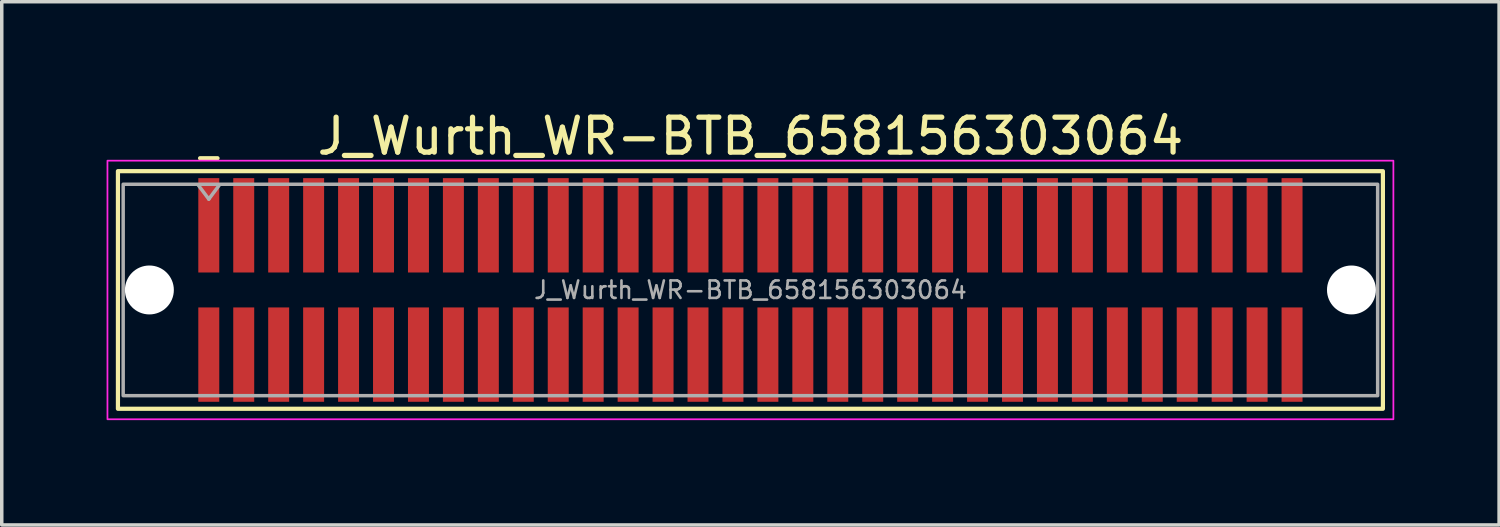
<source format=kicad_pcb>
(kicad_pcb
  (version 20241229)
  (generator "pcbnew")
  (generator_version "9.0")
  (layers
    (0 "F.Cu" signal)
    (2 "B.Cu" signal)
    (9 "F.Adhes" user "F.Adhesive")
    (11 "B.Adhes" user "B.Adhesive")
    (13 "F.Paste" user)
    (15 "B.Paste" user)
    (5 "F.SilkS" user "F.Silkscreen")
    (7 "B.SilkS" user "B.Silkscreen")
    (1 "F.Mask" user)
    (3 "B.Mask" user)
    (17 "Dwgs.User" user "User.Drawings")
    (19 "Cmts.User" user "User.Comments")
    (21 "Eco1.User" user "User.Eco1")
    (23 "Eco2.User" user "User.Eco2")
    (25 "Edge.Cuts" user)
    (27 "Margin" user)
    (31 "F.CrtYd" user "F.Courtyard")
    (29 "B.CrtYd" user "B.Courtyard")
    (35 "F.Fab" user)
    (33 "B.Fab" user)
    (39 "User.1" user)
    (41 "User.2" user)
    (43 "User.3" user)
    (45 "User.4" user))
  (footprint "J_Wurth_WR-BTB_658156303064"
    (layer "F.Cu")
    (at 18.425 5.248)
    (property "Reference" "J_Wurth_WR-BTB_658156303064" (at 0 -4.4 0) (layer "F.SilkS") (effects (font (size 1 1) (thickness 0.15))))
    (attr through_hole)
    (fp_line (start -15.25 -3.77) (end -15.75 -3.77) (stroke (width 0.12) (type solid)) (layer "F.SilkS"))
    (fp_rect (start -18.1 -3.4) (end 18.1 3.4) (stroke (width 0.12) (type solid)) (fill no) (layer "F.SilkS"))
    (fp_rect (start -18.4 -3.7) (end 18.4 3.7) (stroke (width 0.05) (type solid)) (fill no) (layer "F.CrtYd"))
    (fp_line (start -15.8 -3) (end -15.5 -2.6) (stroke (width 0.1) (type default)) (layer "F.Fab"))
    (fp_line (start -15.2 -3) (end -15.5 -2.6) (stroke (width 0.1) (type default)) (layer "F.Fab"))
    (fp_rect (start -17.95 -3.025) (end 17.95 3.025) (stroke (width 0.1) (type solid)) (fill no) (layer "F.Fab"))
    (fp_text user "${REFERENCE}" (at 0 0 0) (unlocked yes) (layer "F.Fab") (effects (font (size 0.5 0.5) (thickness 0.075))))
    (pad "" np_thru_hole circle (at -17.2 0 180) (size 1.4 1.4) (drill 1.4) (layers "*.Cu" "*.Mask"))
    (pad "" np_thru_hole circle (at 17.2 0 180) (size 1.4 1.4) (drill 1.4) (layers "*.Cu" "*.Mask"))
    (pad "1" smd rect (at -15.5 -1.85 180) (size 0.6 2.7) (layers "F.Cu" "F.Mask" "F.Paste"))
    (pad "2" smd rect (at -15.5 1.85 180) (size 0.6 2.7) (layers "F.Cu" "F.Mask" "F.Paste"))
    (pad "3" smd rect (at -14.5 -1.85 180) (size 0.6 2.7) (layers "F.Cu" "F.Mask" "F.Paste"))
    (pad "4" smd rect (at -14.5 1.85 180) (size 0.6 2.7) (layers "F.Cu" "F.Mask" "F.Paste"))
    (pad "5" smd rect (at -13.5 -1.85 180) (size 0.6 2.7) (layers "F.Cu" "F.Mask" "F.Paste"))
    (pad "6" smd rect (at -13.5 1.85 180) (size 0.6 2.7) (layers "F.Cu" "F.Mask" "F.Paste"))
    (pad "7" smd rect (at -12.5 -1.85 180) (size 0.6 2.7) (layers "F.Cu" "F.Mask" "F.Paste"))
    (pad "8" smd rect (at -12.5 1.85 180) (size 0.6 2.7) (layers "F.Cu" "F.Mask" "F.Paste"))
    (pad "9" smd rect (at -11.5 -1.85 180) (size 0.6 2.7) (layers "F.Cu" "F.Mask" "F.Paste"))
    (pad "10" smd rect (at -11.5 1.85 180) (size 0.6 2.7) (layers "F.Cu" "F.Mask" "F.Paste"))
    (pad "11" smd rect (at -10.5 -1.85 180) (size 0.6 2.7) (layers "F.Cu" "F.Mask" "F.Paste"))
    (pad "12" smd rect (at -10.5 1.85 180) (size 0.6 2.7) (layers "F.Cu" "F.Mask" "F.Paste"))
    (pad "13" smd rect (at -9.5 -1.85 180) (size 0.6 2.7) (layers "F.Cu" "F.Mask" "F.Paste"))
    (pad "14" smd rect (at -9.5 1.85 180) (size 0.6 2.7) (layers "F.Cu" "F.Mask" "F.Paste"))
    (pad "15" smd rect (at -8.5 -1.85 180) (size 0.6 2.7) (layers "F.Cu" "F.Mask" "F.Paste"))
    (pad "16" smd rect (at -8.5 1.85 180) (size 0.6 2.7) (layers "F.Cu" "F.Mask" "F.Paste"))
    (pad "17" smd rect (at -7.5 -1.85 180) (size 0.6 2.7) (layers "F.Cu" "F.Mask" "F.Paste"))
    (pad "18" smd rect (at -7.5 1.85 180) (size 0.6 2.7) (layers "F.Cu" "F.Mask" "F.Paste"))
    (pad "19" smd rect (at -6.5 -1.85 180) (size 0.6 2.7) (layers "F.Cu" "F.Mask" "F.Paste"))
    (pad "20" smd rect (at -6.5 1.85 180) (size 0.6 2.7) (layers "F.Cu" "F.Mask" "F.Paste"))
    (pad "21" smd rect (at -5.5 -1.85 180) (size 0.6 2.7) (layers "F.Cu" "F.Mask" "F.Paste"))
    (pad "22" smd rect (at -5.5 1.85 180) (size 0.6 2.7) (layers "F.Cu" "F.Mask" "F.Paste"))
    (pad "23" smd rect (at -4.5 -1.85 180) (size 0.6 2.7) (layers "F.Cu" "F.Mask" "F.Paste"))
    (pad "24" smd rect (at -4.5 1.85 180) (size 0.6 2.7) (layers "F.Cu" "F.Mask" "F.Paste"))
    (pad "25" smd rect (at -3.5 -1.85 180) (size 0.6 2.7) (layers "F.Cu" "F.Mask" "F.Paste"))
    (pad "26" smd rect (at -3.5 1.85 180) (size 0.6 2.7) (layers "F.Cu" "F.Mask" "F.Paste"))
    (pad "27" smd rect (at -2.5 -1.85 180) (size 0.6 2.7) (layers "F.Cu" "F.Mask" "F.Paste"))
    (pad "28" smd rect (at -2.5 1.85 180) (size 0.6 2.7) (layers "F.Cu" "F.Mask" "F.Paste"))
    (pad "29" smd rect (at -1.5 -1.85 180) (size 0.6 2.7) (layers "F.Cu" "F.Mask" "F.Paste"))
    (pad "30" smd rect (at -1.5 1.85 180) (size 0.6 2.7) (layers "F.Cu" "F.Mask" "F.Paste"))
    (pad "31" smd rect (at -0.5 -1.85 180) (size 0.6 2.7) (layers "F.Cu" "F.Mask" "F.Paste"))
    (pad "32" smd rect (at -0.5 1.85 180) (size 0.6 2.7) (layers "F.Cu" "F.Mask" "F.Paste"))
    (pad "33" smd rect (at 0.5 -1.85 180) (size 0.6 2.7) (layers "F.Cu" "F.Mask" "F.Paste"))
    (pad "34" smd rect (at 0.5 1.85 180) (size 0.6 2.7) (layers "F.Cu" "F.Mask" "F.Paste"))
    (pad "35" smd rect (at 1.5 -1.85 180) (size 0.6 2.7) (layers "F.Cu" "F.Mask" "F.Paste"))
    (pad "36" smd rect (at 1.5 1.85 180) (size 0.6 2.7) (layers "F.Cu" "F.Mask" "F.Paste"))
    (pad "37" smd rect (at 2.5 -1.85 180) (size 0.6 2.7) (layers "F.Cu" "F.Mask" "F.Paste"))
    (pad "38" smd rect (at 2.5 1.85 180) (size 0.6 2.7) (layers "F.Cu" "F.Mask" "F.Paste"))
    (pad "39" smd rect (at 3.5 -1.85 180) (size 0.6 2.7) (layers "F.Cu" "F.Mask" "F.Paste"))
    (pad "40" smd rect (at 3.5 1.85 180) (size 0.6 2.7) (layers "F.Cu" "F.Mask" "F.Paste"))
    (pad "41" smd rect (at 4.5 -1.85 180) (size 0.6 2.7) (layers "F.Cu" "F.Mask" "F.Paste"))
    (pad "42" smd rect (at 4.5 1.85 180) (size 0.6 2.7) (layers "F.Cu" "F.Mask" "F.Paste"))
    (pad "43" smd rect (at 5.5 -1.85 180) (size 0.6 2.7) (layers "F.Cu" "F.Mask" "F.Paste"))
    (pad "44" smd rect (at 5.5 1.85 180) (size 0.6 2.7) (layers "F.Cu" "F.Mask" "F.Paste"))
    (pad "45" smd rect (at 6.5 -1.85 180) (size 0.6 2.7) (layers "F.Cu" "F.Mask" "F.Paste"))
    (pad "46" smd rect (at 6.5 1.85 180) (size 0.6 2.7) (layers "F.Cu" "F.Mask" "F.Paste"))
    (pad "47" smd rect (at 7.5 -1.85 180) (size 0.6 2.7) (layers "F.Cu" "F.Mask" "F.Paste"))
    (pad "48" smd rect (at 7.5 1.85 180) (size 0.6 2.7) (layers "F.Cu" "F.Mask" "F.Paste"))
    (pad "49" smd rect (at 8.5 -1.85 180) (size 0.6 2.7) (layers "F.Cu" "F.Mask" "F.Paste"))
    (pad "50" smd rect (at 8.5 1.85 180) (size 0.6 2.7) (layers "F.Cu" "F.Mask" "F.Paste"))
    (pad "51" smd rect (at 9.5 -1.85 180) (size 0.6 2.7) (layers "F.Cu" "F.Mask" "F.Paste"))
    (pad "52" smd rect (at 9.5 1.85 180) (size 0.6 2.7) (layers "F.Cu" "F.Mask" "F.Paste"))
    (pad "53" smd rect (at 10.5 -1.85 180) (size 0.6 2.7) (layers "F.Cu" "F.Mask" "F.Paste"))
    (pad "54" smd rect (at 10.5 1.85 180) (size 0.6 2.7) (layers "F.Cu" "F.Mask" "F.Paste"))
    (pad "55" smd rect (at 11.5 -1.85 180) (size 0.6 2.7) (layers "F.Cu" "F.Mask" "F.Paste"))
    (pad "56" smd rect (at 11.5 1.85 180) (size 0.6 2.7) (layers "F.Cu" "F.Mask" "F.Paste"))
    (pad "57" smd rect (at 12.5 -1.85 180) (size 0.6 2.7) (layers "F.Cu" "F.Mask" "F.Paste"))
    (pad "58" smd rect (at 12.5 1.85 180) (size 0.6 2.7) (layers "F.Cu" "F.Mask" "F.Paste"))
    (pad "59" smd rect (at 13.5 -1.85 180) (size 0.6 2.7) (layers "F.Cu" "F.Mask" "F.Paste"))
    (pad "60" smd rect (at 13.5 1.85 180) (size 0.6 2.7) (layers "F.Cu" "F.Mask" "F.Paste"))
    (pad "61" smd rect (at 14.5 -1.85 180) (size 0.6 2.7) (layers "F.Cu" "F.Mask" "F.Paste"))
    (pad "62" smd rect (at 14.5 1.85 180) (size 0.6 2.7) (layers "F.Cu" "F.Mask" "F.Paste"))
    (pad "63" smd rect (at 15.5 -1.85 180) (size 0.6 2.7) (layers "F.Cu" "F.Mask" "F.Paste"))
    (pad "64" smd rect (at 15.5 1.85 180) (size 0.6 2.7) (layers "F.Cu" "F.Mask" "F.Paste")))
  (gr_rect
    (start -3 -3)
    (end 39.85 11.973)
    (stroke (width 0.1) (type default))
    (fill no)
    (layer "Edge.Cuts")))
</source>
